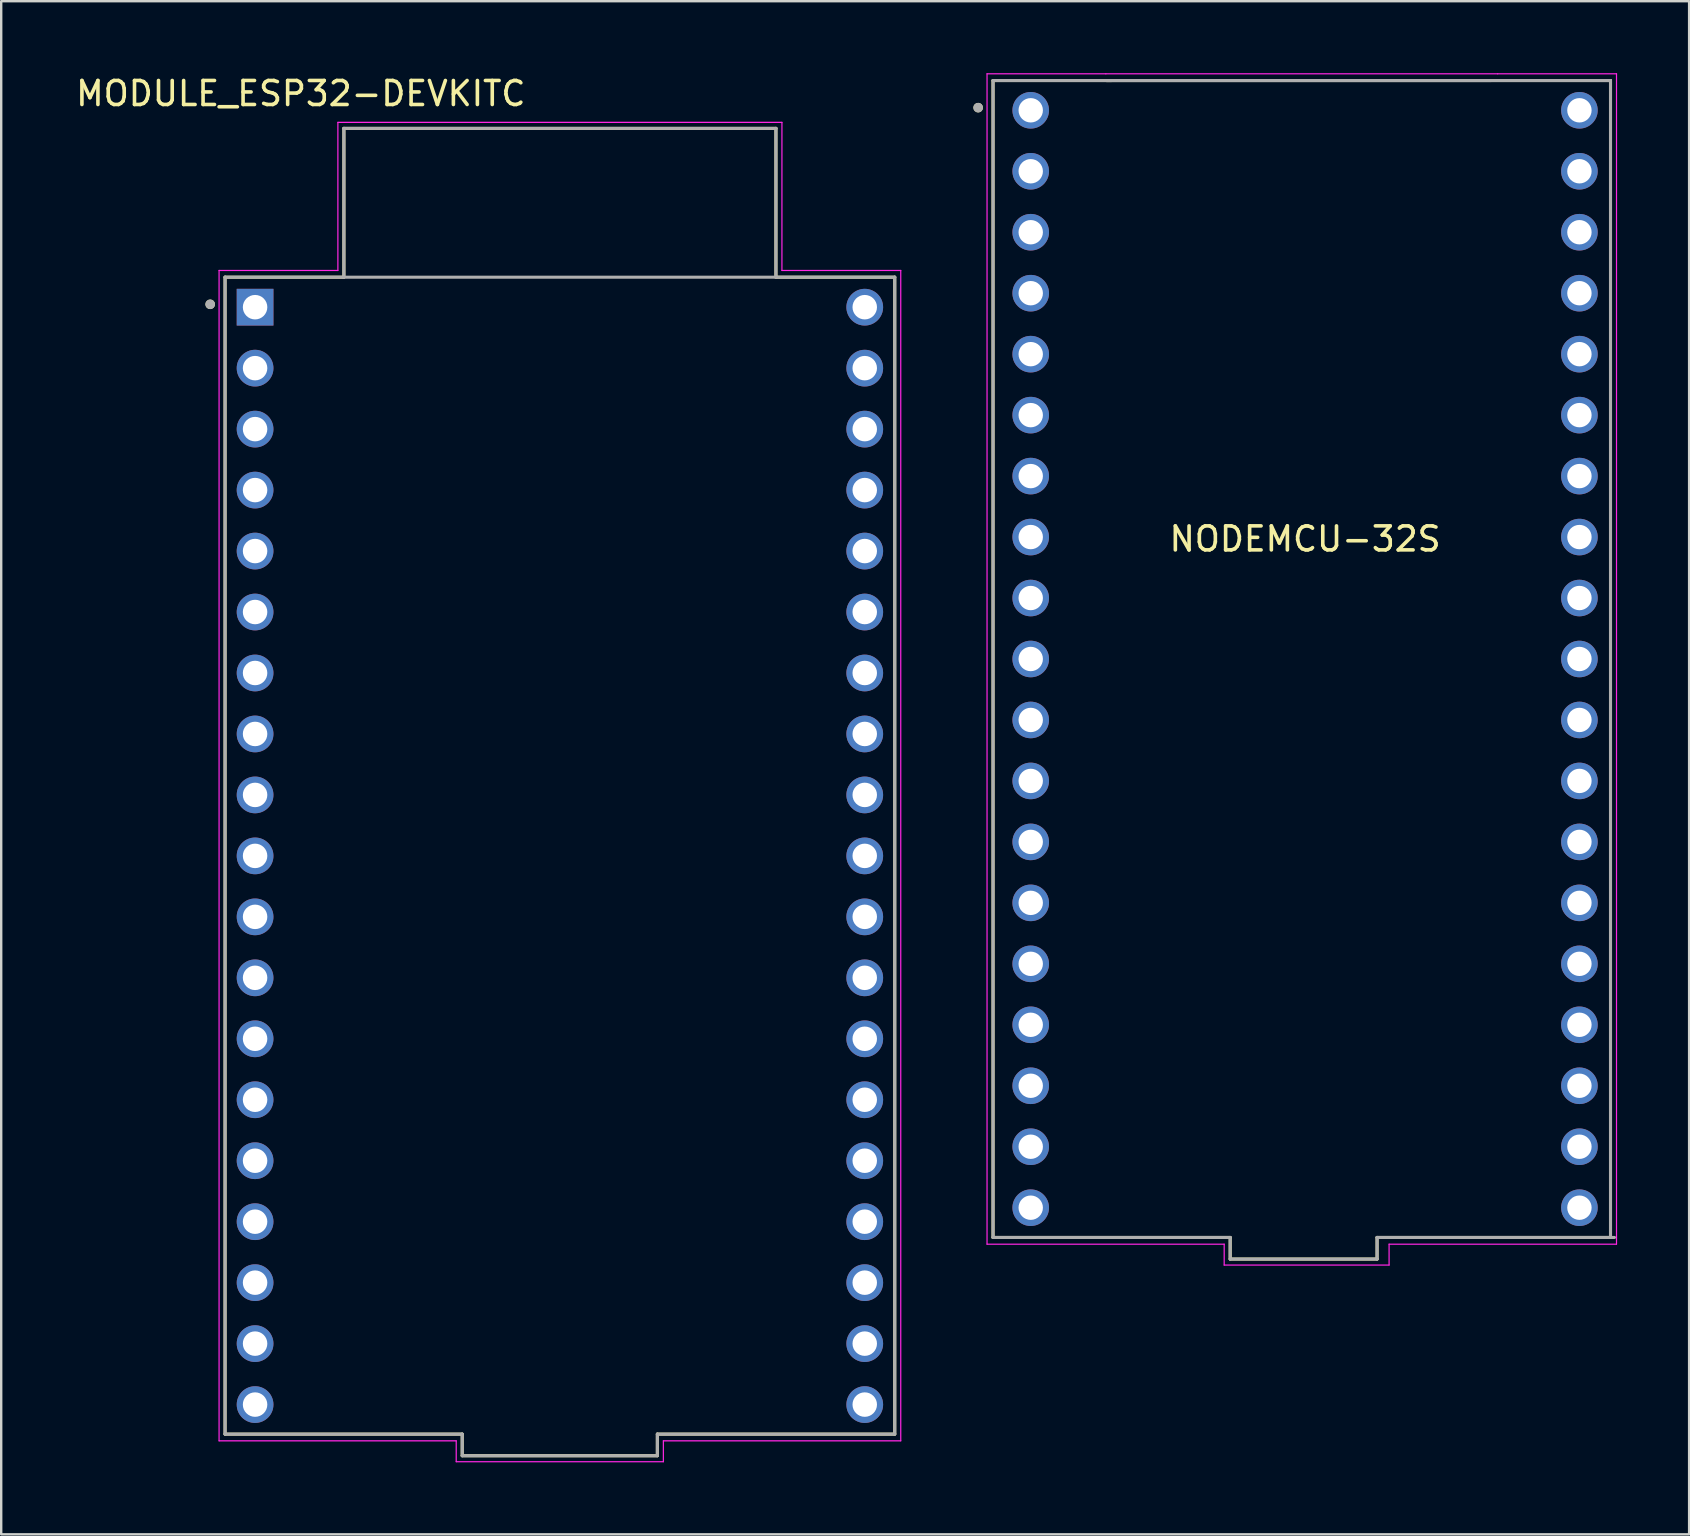
<source format=kicad_pcb>
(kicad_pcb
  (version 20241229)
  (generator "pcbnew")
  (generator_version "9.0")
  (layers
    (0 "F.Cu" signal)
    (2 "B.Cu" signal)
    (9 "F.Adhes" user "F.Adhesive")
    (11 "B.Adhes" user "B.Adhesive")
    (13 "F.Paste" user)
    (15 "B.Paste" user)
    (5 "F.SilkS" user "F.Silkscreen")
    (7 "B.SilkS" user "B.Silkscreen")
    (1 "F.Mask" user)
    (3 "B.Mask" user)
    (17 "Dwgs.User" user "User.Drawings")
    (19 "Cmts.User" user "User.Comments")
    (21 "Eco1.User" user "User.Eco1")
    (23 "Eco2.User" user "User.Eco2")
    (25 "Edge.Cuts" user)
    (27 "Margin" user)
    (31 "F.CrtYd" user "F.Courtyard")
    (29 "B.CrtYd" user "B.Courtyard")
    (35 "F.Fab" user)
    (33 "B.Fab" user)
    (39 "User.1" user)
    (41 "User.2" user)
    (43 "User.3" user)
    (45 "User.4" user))
  (footprint "NODEMCU-32S"
    (layer "F.Cu")
    (at 51.322 24.405)
    (property "Reference" "NODEMCU-32S" (at 0 -5 0) (layer "F.SilkS") (effects (font (size 1 1) (thickness 0.15))))
    (attr through_hole)
    (fp_line (start -13 -24.1) (end -13 24.1) (stroke (width 0.127) (type solid)) (layer "F.SilkS"))
    (fp_line (start -13 24.1) (end -3.12 24.1) (stroke (width 0.127) (type solid)) (layer "F.SilkS"))
    (fp_line (start -8.275 -24.1) (end 7.775 -24.1) (stroke (width 0.127) (type solid)) (layer "F.SilkS"))
    (fp_line (start -8.05 -24.1) (end -13 -24.1) (stroke (width 0.127) (type solid)) (layer "F.SilkS"))
    (fp_line (start -3.12 24.1) (end -3.12 25) (stroke (width 0.127) (type solid)) (layer "F.SilkS"))
    (fp_line (start -3.12 25) (end 3 25) (stroke (width 0.127) (type solid)) (layer "F.SilkS"))
    (fp_line (start 3 24.1) (end 12.725 24.1) (stroke (width 0.127) (type solid)) (layer "F.SilkS"))
    (fp_line (start 3 25) (end 3 24.1) (stroke (width 0.127) (type solid)) (layer "F.SilkS"))
    (fp_line (start 12.725 -24.1) (end 7.775 -24.1) (stroke (width 0.127) (type solid)) (layer "F.SilkS"))
    (fp_line (start 12.725 24.1) (end 12.725 -24.1) (stroke (width 0.127) (type solid)) (layer "F.SilkS"))
    (fp_circle (center -13.62 -22.97) (end -13.52 -22.97) (stroke (width 0.2) (type solid)) (fill no) (layer "F.SilkS"))
    (fp_line (start -13.25 -24.38) (end -13.25 24.38) (stroke (width 0.05) (type solid)) (layer "F.CrtYd"))
    (fp_line (start -13.25 24.38) (end -3.37 24.38) (stroke (width 0.05) (type solid)) (layer "F.CrtYd"))
    (fp_line (start -8.3 -24.38) (end -13.25 -24.38) (stroke (width 0.05) (type solid)) (layer "F.CrtYd"))
    (fp_line (start -8.3 -24.38) (end 8.025 -24.38) (stroke (width 0.05) (type solid)) (layer "F.CrtYd"))
    (fp_line (start -3.37 24.38) (end -3.37 25.25) (stroke (width 0.05) (type solid)) (layer "F.CrtYd"))
    (fp_line (start -3.37 25.25) (end 3.5 25.25) (stroke (width 0.05) (type solid)) (layer "F.CrtYd"))
    (fp_line (start 3.5 24.38) (end 12.975 24.38) (stroke (width 0.05) (type solid)) (layer "F.CrtYd"))
    (fp_line (start 3.5 25.25) (end 3.5 24.38) (stroke (width 0.05) (type solid)) (layer "F.CrtYd"))
    (fp_line (start 12.975 -24.38) (end 8.025 -24.38) (stroke (width 0.05) (type solid)) (layer "F.CrtYd"))
    (fp_line (start 12.975 24.38) (end 12.975 -24.38) (stroke (width 0.05) (type solid)) (layer "F.CrtYd"))
    (fp_line (start -13 -24.1) (end -13 24.1) (stroke (width 0.127) (type solid)) (layer "F.Fab"))
    (fp_line (start -13 24.1) (end -3.12 24.1) (stroke (width 0.127) (type solid)) (layer "F.Fab"))
    (fp_line (start -8.05 -24.1) (end -13 -24.1) (stroke (width 0.127) (type solid)) (layer "F.Fab"))
    (fp_line (start -8.05 -24.1) (end 7.775 -24.1) (stroke (width 0.127) (type solid)) (layer "F.Fab"))
    (fp_line (start -3.12 24.1) (end -3.12 25) (stroke (width 0.127) (type solid)) (layer "F.Fab"))
    (fp_line (start -3.12 25) (end 3 25) (stroke (width 0.127) (type solid)) (layer "F.Fab"))
    (fp_line (start 3 24.1) (end 12.89 24.1) (stroke (width 0.127) (type solid)) (layer "F.Fab"))
    (fp_line (start 3 25) (end 3 24.1) (stroke (width 0.127) (type solid)) (layer "F.Fab"))
    (fp_line (start 7.775 -24.1) (end -8.275 -24.1) (stroke (width 0.127) (type solid)) (layer "F.Fab"))
    (fp_line (start 12.725 -24.1) (end 7.775 -24.1) (stroke (width 0.127) (type solid)) (layer "F.Fab"))
    (fp_line (start 12.725 24.1) (end 12.725 -24.1) (stroke (width 0.127) (type solid)) (layer "F.Fab"))
    (fp_circle (center -13.62 -22.97) (end -13.52 -22.97) (stroke (width 0.2) (type solid)) (fill no) (layer "F.Fab"))
    (pad "1" thru_hole circle (at -11.43 -22.86) (size 1.524 1.524) (drill 1.016) (layers "*.Cu" "*.Mask"))
    (pad "2" thru_hole circle (at -11.43 -20.32) (size 1.524 1.524) (drill 1.016) (layers "*.Cu" "*.Mask"))
    (pad "3" thru_hole circle (at -11.43 -17.78) (size 1.524 1.524) (drill 1.016) (layers "*.Cu" "*.Mask"))
    (pad "4" thru_hole circle (at -11.43 -15.24) (size 1.524 1.524) (drill 1.016) (layers "*.Cu" "*.Mask"))
    (pad "5" thru_hole circle (at -11.43 -12.7) (size 1.524 1.524) (drill 1.016) (layers "*.Cu" "*.Mask"))
    (pad "6" thru_hole circle (at -11.43 -10.16) (size 1.524 1.524) (drill 1.016) (layers "*.Cu" "*.Mask"))
    (pad "7" thru_hole circle (at -11.43 -7.62) (size 1.524 1.524) (drill 1.016) (layers "*.Cu" "*.Mask"))
    (pad "8" thru_hole circle (at -11.43 -5.08) (size 1.524 1.524) (drill 1.016) (layers "*.Cu" "*.Mask"))
    (pad "9" thru_hole circle (at -11.43 -2.54) (size 1.524 1.524) (drill 1.016) (layers "*.Cu" "*.Mask"))
    (pad "10" thru_hole circle (at -11.43 0) (size 1.524 1.524) (drill 1.016) (layers "*.Cu" "*.Mask"))
    (pad "11" thru_hole circle (at -11.43 2.54) (size 1.524 1.524) (drill 1.016) (layers "*.Cu" "*.Mask"))
    (pad "12" thru_hole circle (at -11.43 5.08) (size 1.524 1.524) (drill 1.016) (layers "*.Cu" "*.Mask"))
    (pad "13" thru_hole circle (at -11.43 7.62) (size 1.524 1.524) (drill 1.016) (layers "*.Cu" "*.Mask"))
    (pad "14" thru_hole circle (at -11.43 10.16) (size 1.524 1.524) (drill 1.016) (layers "*.Cu" "*.Mask"))
    (pad "15" thru_hole circle (at -11.43 12.7) (size 1.524 1.524) (drill 1.016) (layers "*.Cu" "*.Mask"))
    (pad "16" thru_hole circle (at -11.43 15.24) (size 1.524 1.524) (drill 1.016) (layers "*.Cu" "*.Mask"))
    (pad "17" thru_hole circle (at -11.43 17.78) (size 1.524 1.524) (drill 1.016) (layers "*.Cu" "*.Mask"))
    (pad "18" thru_hole circle (at -11.43 20.32) (size 1.524 1.524) (drill 1.016) (layers "*.Cu" "*.Mask"))
    (pad "19" thru_hole circle (at -11.43 22.86) (size 1.524 1.524) (drill 1.016) (layers "*.Cu" "*.Mask"))
    (pad "20" thru_hole circle (at 11.43 22.86) (size 1.524 1.524) (drill 1.016) (layers "*.Cu" "*.Mask"))
    (pad "21" thru_hole circle (at 11.43 20.32) (size 1.524 1.524) (drill 1.016) (layers "*.Cu" "*.Mask"))
    (pad "22" thru_hole circle (at 11.43 17.78) (size 1.524 1.524) (drill 1.016) (layers "*.Cu" "*.Mask"))
    (pad "23" thru_hole circle (at 11.43 15.24) (size 1.524 1.524) (drill 1.016) (layers "*.Cu" "*.Mask"))
    (pad "24" thru_hole circle (at 11.43 12.7) (size 1.524 1.524) (drill 1.016) (layers "*.Cu" "*.Mask"))
    (pad "25" thru_hole circle (at 11.43 10.16) (size 1.524 1.524) (drill 1.016) (layers "*.Cu" "*.Mask"))
    (pad "26" thru_hole circle (at 11.43 7.62) (size 1.524 1.524) (drill 1.016) (layers "*.Cu" "*.Mask"))
    (pad "27" thru_hole circle (at 11.43 5.08) (size 1.524 1.524) (drill 1.016) (layers "*.Cu" "*.Mask"))
    (pad "28" thru_hole circle (at 11.43 2.54) (size 1.524 1.524) (drill 1.016) (layers "*.Cu" "*.Mask"))
    (pad "29" thru_hole circle (at 11.43 0) (size 1.524 1.524) (drill 1.016) (layers "*.Cu" "*.Mask"))
    (pad "30" thru_hole circle (at 11.43 -2.54) (size 1.524 1.524) (drill 1.016) (layers "*.Cu" "*.Mask"))
    (pad "31" thru_hole circle (at 11.43 -5.08) (size 1.524 1.524) (drill 1.016) (layers "*.Cu" "*.Mask"))
    (pad "32" thru_hole circle (at 11.43 -7.62) (size 1.524 1.524) (drill 1.016) (layers "*.Cu" "*.Mask"))
    (pad "33" thru_hole circle (at 11.43 -10.16) (size 1.524 1.524) (drill 1.016) (layers "*.Cu" "*.Mask"))
    (pad "34" thru_hole circle (at 11.43 -12.7) (size 1.524 1.524) (drill 1.016) (layers "*.Cu" "*.Mask"))
    (pad "35" thru_hole circle (at 11.43 -15.24) (size 1.524 1.524) (drill 1.016) (layers "*.Cu" "*.Mask"))
    (pad "36" thru_hole circle (at 11.43 -17.78) (size 1.524 1.524) (drill 1.016) (layers "*.Cu" "*.Mask"))
    (pad "37" thru_hole circle (at 11.43 -20.32) (size 1.524 1.524) (drill 1.016) (layers "*.Cu" "*.Mask"))
    (pad "38" thru_hole circle (at 11.43 -22.86) (size 1.524 1.524) (drill 1.016) (layers "*.Cu" "*.Mask")))
  (footprint "MODULE_ESP32-DEVKITC"
    (layer "F.Cu")
    (at 20.277 32.598)
    (property "Reference" "MODULE_ESP32-DEVKITC" (at -10.795 -31.75 0) (layer "F.SilkS") (effects (font (size 1 1) (thickness 0.15))))
    (attr through_hole)
    (fp_line (start -13.95 -24.1) (end -13.95 24.1) (stroke (width 0.127) (type solid)) (layer "F.SilkS"))
    (fp_line (start -13.95 24.1) (end -4.07 24.1) (stroke (width 0.127) (type solid)) (layer "F.SilkS"))
    (fp_line (start -9 -30.3) (end 9 -30.3) (stroke (width 0.127) (type solid)) (layer "F.SilkS"))
    (fp_line (start -9 -24.1) (end -13.95 -24.1) (stroke (width 0.127) (type solid)) (layer "F.SilkS"))
    (fp_line (start -9 -24.1) (end -9 -30.3) (stroke (width 0.127) (type solid)) (layer "F.SilkS"))
    (fp_line (start -4.07 24.1) (end -4.07 25) (stroke (width 0.127) (type solid)) (layer "F.SilkS"))
    (fp_line (start -4.07 25) (end 4.06 25) (stroke (width 0.127) (type solid)) (layer "F.SilkS"))
    (fp_line (start 4.06 24.1) (end 13.95 24.1) (stroke (width 0.127) (type solid)) (layer "F.SilkS"))
    (fp_line (start 4.06 25) (end 4.06 24.1) (stroke (width 0.127) (type solid)) (layer "F.SilkS"))
    (fp_line (start 9 -30.3) (end 9 -24.1) (stroke (width 0.127) (type solid)) (layer "F.SilkS"))
    (fp_line (start 13.95 -24.1) (end 9 -24.1) (stroke (width 0.127) (type solid)) (layer "F.SilkS"))
    (fp_line (start 13.95 24.1) (end 13.95 -24.1) (stroke (width 0.127) (type solid)) (layer "F.SilkS"))
    (fp_circle (center -14.57 -22.97) (end -14.47 -22.97) (stroke (width 0.2) (type solid)) (fill no) (layer "F.SilkS"))
    (fp_line (start -14.2 -24.38) (end -14.2 24.38) (stroke (width 0.05) (type solid)) (layer "F.CrtYd"))
    (fp_line (start -14.2 24.38) (end -4.32 24.38) (stroke (width 0.05) (type solid)) (layer "F.CrtYd"))
    (fp_line (start -9.25 -30.55) (end 9.25 -30.55) (stroke (width 0.05) (type solid)) (layer "F.CrtYd"))
    (fp_line (start -9.25 -24.38) (end -14.2 -24.38) (stroke (width 0.05) (type solid)) (layer "F.CrtYd"))
    (fp_line (start -9.25 -24.38) (end -9.25 -30.55) (stroke (width 0.05) (type solid)) (layer "F.CrtYd"))
    (fp_line (start -4.32 24.38) (end -4.32 25.25) (stroke (width 0.05) (type solid)) (layer "F.CrtYd"))
    (fp_line (start -4.32 25.25) (end 4.31 25.25) (stroke (width 0.05) (type solid)) (layer "F.CrtYd"))
    (fp_line (start 4.31 24.38) (end 14.2 24.38) (stroke (width 0.05) (type solid)) (layer "F.CrtYd"))
    (fp_line (start 4.31 25.25) (end 4.31 24.38) (stroke (width 0.05) (type solid)) (layer "F.CrtYd"))
    (fp_line (start 9.25 -30.55) (end 9.25 -24.38) (stroke (width 0.05) (type solid)) (layer "F.CrtYd"))
    (fp_line (start 14.2 -24.38) (end 9.25 -24.38) (stroke (width 0.05) (type solid)) (layer "F.CrtYd"))
    (fp_line (start 14.2 24.38) (end 14.2 -24.38) (stroke (width 0.05) (type solid)) (layer "F.CrtYd"))
    (fp_line (start -13.95 -24.1) (end -13.95 24.1) (stroke (width 0.127) (type solid)) (layer "F.Fab"))
    (fp_line (start -13.95 24.1) (end -4.07 24.1) (stroke (width 0.127) (type solid)) (layer "F.Fab"))
    (fp_line (start -9 -30.3) (end 9 -30.3) (stroke (width 0.127) (type solid)) (layer "F.Fab"))
    (fp_line (start -9 -24.1) (end -13.95 -24.1) (stroke (width 0.127) (type solid)) (layer "F.Fab"))
    (fp_line (start -9 -24.1) (end -9 -30.3) (stroke (width 0.127) (type solid)) (layer "F.Fab"))
    (fp_line (start -4.07 24.1) (end -4.07 25) (stroke (width 0.127) (type solid)) (layer "F.Fab"))
    (fp_line (start -4.07 25) (end 4.06 25) (stroke (width 0.127) (type solid)) (layer "F.Fab"))
    (fp_line (start 4.06 24.1) (end 13.95 24.1) (stroke (width 0.127) (type solid)) (layer "F.Fab"))
    (fp_line (start 4.06 25) (end 4.06 24.1) (stroke (width 0.127) (type solid)) (layer "F.Fab"))
    (fp_line (start 9 -30.3) (end 9 -24.1) (stroke (width 0.127) (type solid)) (layer "F.Fab"))
    (fp_line (start 9 -24.1) (end -9 -24.1) (stroke (width 0.127) (type solid)) (layer "F.Fab"))
    (fp_line (start 13.95 -24.1) (end 9 -24.1) (stroke (width 0.127) (type solid)) (layer "F.Fab"))
    (fp_line (start 13.95 24.1) (end 13.95 -24.1) (stroke (width 0.127) (type solid)) (layer "F.Fab"))
    (fp_circle (center -14.57 -22.97) (end -14.47 -22.97) (stroke (width 0.2) (type solid)) (fill no) (layer "F.Fab"))
    (pad "1" thru_hole rect (at -12.7 -22.85) (size 1.53 1.53) (drill 1.02) (layers "*.Cu" "*.Mask"))
    (pad "2" thru_hole circle (at -12.7 -20.31) (size 1.53 1.53) (drill 1.02) (layers "*.Cu" "*.Mask"))
    (pad "3" thru_hole circle (at -12.7 -17.77) (size 1.53 1.53) (drill 1.02) (layers "*.Cu" "*.Mask"))
    (pad "4" thru_hole circle (at -12.7 -15.23) (size 1.53 1.53) (drill 1.02) (layers "*.Cu" "*.Mask"))
    (pad "5" thru_hole circle (at -12.7 -12.69) (size 1.53 1.53) (drill 1.02) (layers "*.Cu" "*.Mask"))
    (pad "6" thru_hole circle (at -12.7 -10.15) (size 1.53 1.53) (drill 1.02) (layers "*.Cu" "*.Mask"))
    (pad "7" thru_hole circle (at -12.7 -7.61) (size 1.53 1.53) (drill 1.02) (layers "*.Cu" "*.Mask"))
    (pad "8" thru_hole circle (at -12.7 -5.07) (size 1.53 1.53) (drill 1.02) (layers "*.Cu" "*.Mask"))
    (pad "9" thru_hole circle (at -12.7 -2.53) (size 1.53 1.53) (drill 1.02) (layers "*.Cu" "*.Mask"))
    (pad "10" thru_hole circle (at -12.7 0.01) (size 1.53 1.53) (drill 1.02) (layers "*.Cu" "*.Mask"))
    (pad "11" thru_hole circle (at -12.7 2.55) (size 1.53 1.53) (drill 1.02) (layers "*.Cu" "*.Mask"))
    (pad "12" thru_hole circle (at -12.7 5.09) (size 1.53 1.53) (drill 1.02) (layers "*.Cu" "*.Mask"))
    (pad "13" thru_hole circle (at -12.7 7.63) (size 1.53 1.53) (drill 1.02) (layers "*.Cu" "*.Mask"))
    (pad "14" thru_hole circle (at -12.7 10.17) (size 1.53 1.53) (drill 1.02) (layers "*.Cu" "*.Mask"))
    (pad "15" thru_hole circle (at -12.7 12.71) (size 1.53 1.53) (drill 1.02) (layers "*.Cu" "*.Mask"))
    (pad "16" thru_hole circle (at -12.7 15.25) (size 1.53 1.53) (drill 1.02) (layers "*.Cu" "*.Mask"))
    (pad "17" thru_hole circle (at -12.7 17.79) (size 1.53 1.53) (drill 1.02) (layers "*.Cu" "*.Mask"))
    (pad "18" thru_hole circle (at -12.7 20.33) (size 1.53 1.53) (drill 1.02) (layers "*.Cu" "*.Mask"))
    (pad "19" thru_hole circle (at -12.7 22.87) (size 1.53 1.53) (drill 1.02) (layers "*.Cu" "*.Mask"))
    (pad "20" thru_hole circle (at 12.7 22.87) (size 1.53 1.53) (drill 1.02) (layers "*.Cu" "*.Mask"))
    (pad "21" thru_hole circle (at 12.7 20.33) (size 1.53 1.53) (drill 1.02) (layers "*.Cu" "*.Mask"))
    (pad "22" thru_hole circle (at 12.7 17.79) (size 1.53 1.53) (drill 1.02) (layers "*.Cu" "*.Mask"))
    (pad "23" thru_hole circle (at 12.7 15.25) (size 1.53 1.53) (drill 1.02) (layers "*.Cu" "*.Mask"))
    (pad "24" thru_hole circle (at 12.7 12.71) (size 1.53 1.53) (drill 1.02) (layers "*.Cu" "*.Mask"))
    (pad "25" thru_hole circle (at 12.7 10.17) (size 1.53 1.53) (drill 1.02) (layers "*.Cu" "*.Mask"))
    (pad "26" thru_hole circle (at 12.7 7.63) (size 1.53 1.53) (drill 1.02) (layers "*.Cu" "*.Mask"))
    (pad "27" thru_hole circle (at 12.7 5.09) (size 1.53 1.53) (drill 1.02) (layers "*.Cu" "*.Mask"))
    (pad "28" thru_hole circle (at 12.7 2.55) (size 1.53 1.53) (drill 1.02) (layers "*.Cu" "*.Mask"))
    (pad "29" thru_hole circle (at 12.7 0.01) (size 1.53 1.53) (drill 1.02) (layers "*.Cu" "*.Mask"))
    (pad "30" thru_hole circle (at 12.7 -2.53) (size 1.53 1.53) (drill 1.02) (layers "*.Cu" "*.Mask"))
    (pad "31" thru_hole circle (at 12.7 -5.07) (size 1.53 1.53) (drill 1.02) (layers "*.Cu" "*.Mask"))
    (pad "32" thru_hole circle (at 12.7 -7.61) (size 1.53 1.53) (drill 1.02) (layers "*.Cu" "*.Mask"))
    (pad "33" thru_hole circle (at 12.7 -10.15) (size 1.53 1.53) (drill 1.02) (layers "*.Cu" "*.Mask"))
    (pad "34" thru_hole circle (at 12.7 -12.69) (size 1.53 1.53) (drill 1.02) (layers "*.Cu" "*.Mask"))
    (pad "35" thru_hole circle (at 12.7 -15.23) (size 1.53 1.53) (drill 1.02) (layers "*.Cu" "*.Mask"))
    (pad "36" thru_hole circle (at 12.7 -17.77) (size 1.53 1.53) (drill 1.02) (layers "*.Cu" "*.Mask"))
    (pad "37" thru_hole circle (at 12.7 -20.31) (size 1.53 1.53) (drill 1.02) (layers "*.Cu" "*.Mask"))
    (pad "38" thru_hole circle (at 12.7 -22.85) (size 1.53 1.53) (drill 1.02) (layers "*.Cu" "*.Mask")))
  (gr_rect
    (start -3 -3)
    (end 67.322 60.873)
    (stroke (width 0.1) (type default))
    (fill no)
    (layer "Edge.Cuts")))
</source>
